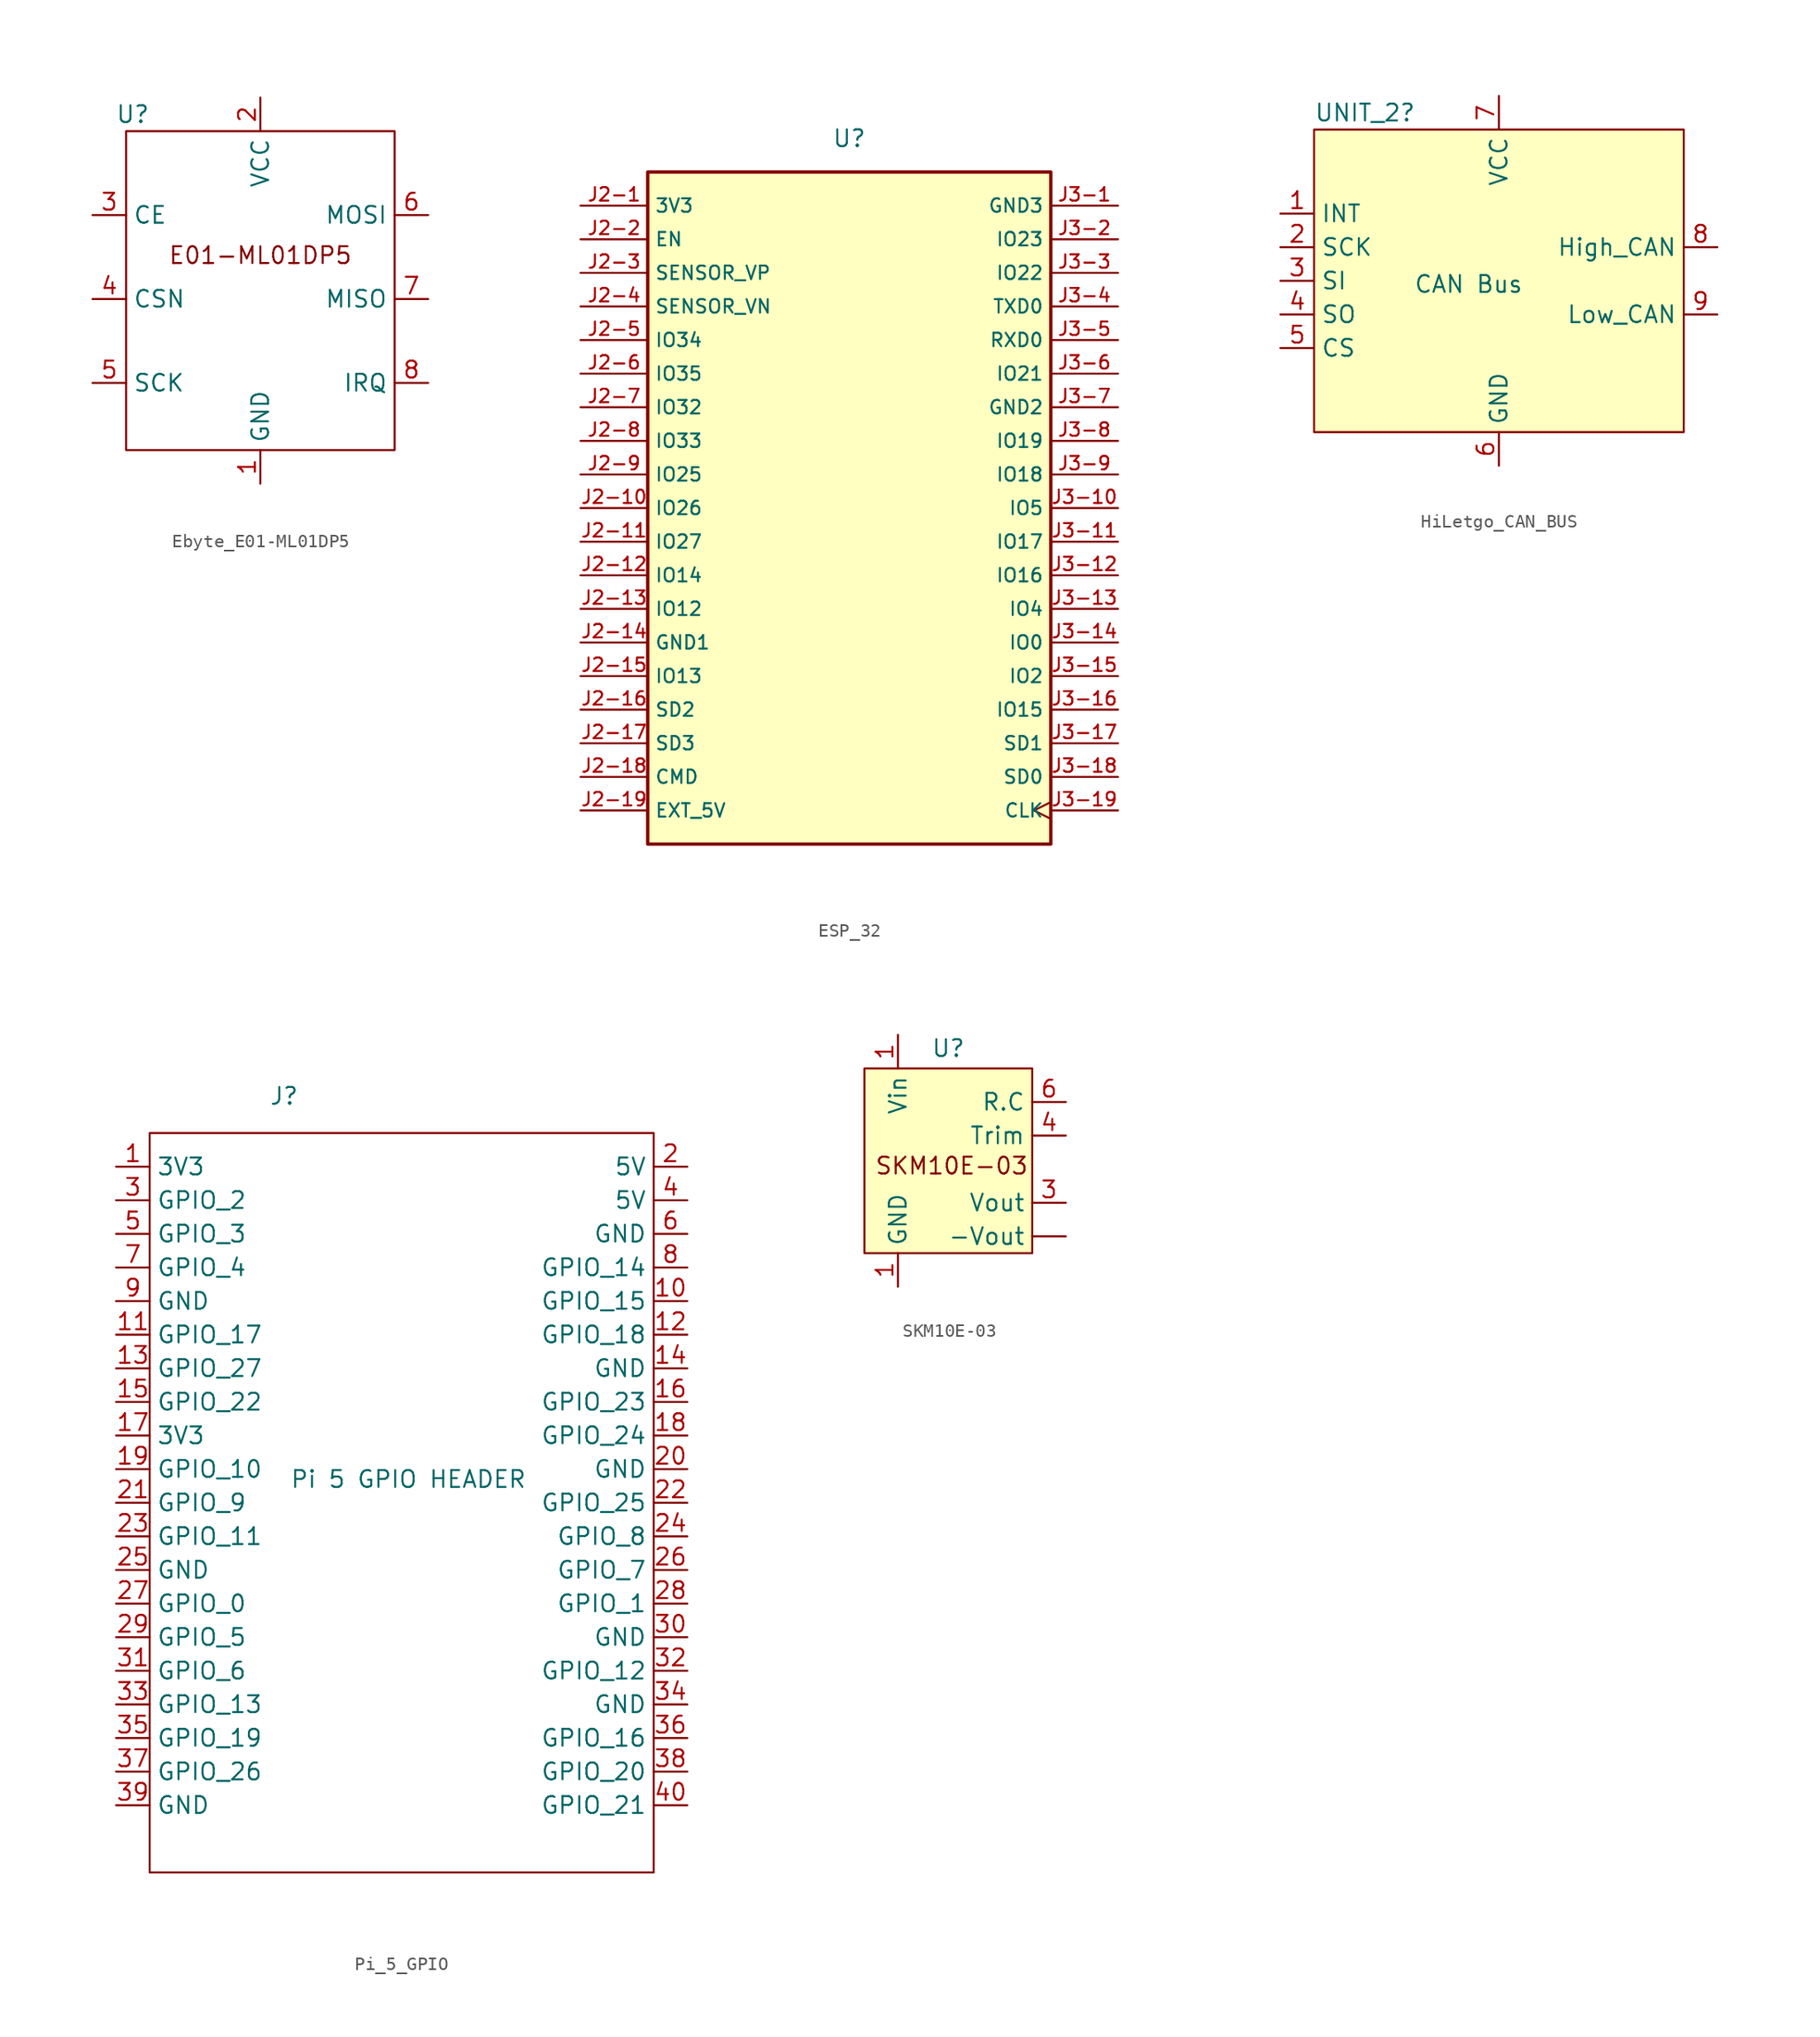
<source format=kicad_sym>
(kicad_symbol_lib
  (version 20231120)
  (generator "kicad_symbol_editor")
  (generator_version "8.0")
  (symbol "Ebyte_E01-ML01DP5"
    (property "Reference" "U"
      (at -9.652 1.27 0)
      (effects (font (size 1.27 1.27))))
    (property "Value" ""
      (at -6.35 1.27 0)
      (effects (font (size 1.27 1.27))))
    (symbol "Ebyte_E01-ML01DP5_0_1"
      (rectangle (start -10.16 0) (end 10.16 -24.13) (stroke (width 0) (type default)) (fill (type none))))
    (symbol "Ebyte_E01-ML01DP5_1_1"
      (text "E01-ML01DP5" (at 0 -9.398 0) (effects (font (size 1.27 1.27))))
      (pin input line (at 0 -26.67 90) (length 2.54) (name "GND" (effects (font (size 1.27 1.27)))) (number "1" (effects (font (size 1.27 1.27)))))
      (pin input line (at 0 2.54 270) (length 2.54) (name "VCC" (effects (font (size 1.27 1.27)))) (number "2" (effects (font (size 1.27 1.27)))))
      (pin bidirectional line (at -12.7 -6.35 0) (length 2.54) (name "CE" (effects (font (size 1.27 1.27)))) (number "3" (effects (font (size 1.27 1.27)))))
      (pin bidirectional line (at -12.7 -12.7 0) (length 2.54) (name "CSN" (effects (font (size 1.27 1.27)))) (number "4" (effects (font (size 1.27 1.27)))))
      (pin bidirectional line (at -12.7 -19.05 0) (length 2.54) (name "SCK" (effects (font (size 1.27 1.27)))) (number "5" (effects (font (size 1.27 1.27)))))
      (pin bidirectional line (at 12.7 -6.35 180) (length 2.54) (name "MOSI" (effects (font (size 1.27 1.27)))) (number "6" (effects (font (size 1.27 1.27)))))
      (pin bidirectional line (at 12.7 -12.7 180) (length 2.54) (name "MISO" (effects (font (size 1.27 1.27)))) (number "7" (effects (font (size 1.27 1.27)))))
      (pin bidirectional line (at 12.7 -19.05 180) (length 2.54) (name "IRQ" (effects (font (size 1.27 1.27)))) (number "8" (effects (font (size 1.27 1.27)))))))
  (symbol "ESP_32"
    (property "Reference" "U"
      (at 0 0 0)
      (effects (font (size 1.27 1.27))))
    (property "Value" ""
      (at 0 0 0)
      (effects (font (size 1.27 1.27))))
    (symbol "ESP_32_0_0"
      (rectangle (start -15.24 -2.54) (end 15.24 -53.34) (stroke (width 0.254) (type default)) (fill (type background)))
      (pin power_in line (at -20.32 -5.08 0) (length 5.08) (name "3V3" (effects (font (size 1.016 1.016)))) (number "J2-1" (effects (font (size 1.016 1.016)))))
      (pin bidirectional line (at -20.32 -27.94 0) (length 5.08) (name "IO26" (effects (font (size 1.016 1.016)))) (number "J2-10" (effects (font (size 1.016 1.016)))))
      (pin bidirectional line (at -20.32 -30.48 0) (length 5.08) (name "IO27" (effects (font (size 1.016 1.016)))) (number "J2-11" (effects (font (size 1.016 1.016)))))
      (pin bidirectional line (at -20.32 -33.02 0) (length 5.08) (name "IO14" (effects (font (size 1.016 1.016)))) (number "J2-12" (effects (font (size 1.016 1.016)))))
      (pin bidirectional line (at -20.32 -35.56 0) (length 5.08) (name "IO12" (effects (font (size 1.016 1.016)))) (number "J2-13" (effects (font (size 1.016 1.016)))))
      (pin power_in line (at -20.32 -38.1 0) (length 5.08) (name "GND1" (effects (font (size 1.016 1.016)))) (number "J2-14" (effects (font (size 1.016 1.016)))))
      (pin bidirectional line (at -20.32 -40.64 0) (length 5.08) (name "IO13" (effects (font (size 1.016 1.016)))) (number "J2-15" (effects (font (size 1.016 1.016)))))
      (pin bidirectional line (at -20.32 -43.18 0) (length 5.08) (name "SD2" (effects (font (size 1.016 1.016)))) (number "J2-16" (effects (font (size 1.016 1.016)))))
      (pin bidirectional line (at -20.32 -45.72 0) (length 5.08) (name "SD3" (effects (font (size 1.016 1.016)))) (number "J2-17" (effects (font (size 1.016 1.016)))))
      (pin bidirectional line (at -20.32 -48.26 0) (length 5.08) (name "CMD" (effects (font (size 1.016 1.016)))) (number "J2-18" (effects (font (size 1.016 1.016)))))
      (pin power_in line (at -20.32 -50.8 0) (length 5.08) (name "EXT_5V" (effects (font (size 1.016 1.016)))) (number "J2-19" (effects (font (size 1.016 1.016)))))
      (pin input line (at -20.32 -7.62 0) (length 5.08) (name "EN" (effects (font (size 1.016 1.016)))) (number "J2-2" (effects (font (size 1.016 1.016)))))
      (pin input line (at -20.32 -10.16 0) (length 5.08) (name "SENSOR_VP" (effects (font (size 1.016 1.016)))) (number "J2-3" (effects (font (size 1.016 1.016)))))
      (pin input line (at -20.32 -12.7 0) (length 5.08) (name "SENSOR_VN" (effects (font (size 1.016 1.016)))) (number "J2-4" (effects (font (size 1.016 1.016)))))
      (pin bidirectional line (at -20.32 -15.24 0) (length 5.08) (name "IO34" (effects (font (size 1.016 1.016)))) (number "J2-5" (effects (font (size 1.016 1.016)))))
      (pin bidirectional line (at -20.32 -17.78 0) (length 5.08) (name "IO35" (effects (font (size 1.016 1.016)))) (number "J2-6" (effects (font (size 1.016 1.016)))))
      (pin bidirectional line (at -20.32 -20.32 0) (length 5.08) (name "IO32" (effects (font (size 1.016 1.016)))) (number "J2-7" (effects (font (size 1.016 1.016)))))
      (pin bidirectional line (at -20.32 -22.86 0) (length 5.08) (name "IO33" (effects (font (size 1.016 1.016)))) (number "J2-8" (effects (font (size 1.016 1.016)))))
      (pin bidirectional line (at -20.32 -25.4 0) (length 5.08) (name "IO25" (effects (font (size 1.016 1.016)))) (number "J2-9" (effects (font (size 1.016 1.016)))))
      (pin power_in line (at 20.32 -5.08 180) (length 5.08) (name "GND3" (effects (font (size 1.016 1.016)))) (number "J3-1" (effects (font (size 1.016 1.016)))))
      (pin bidirectional line (at 20.32 -27.94 180) (length 5.08) (name "IO5" (effects (font (size 1.016 1.016)))) (number "J3-10" (effects (font (size 1.016 1.016)))))
      (pin bidirectional line (at 20.32 -30.48 180) (length 5.08) (name "IO17" (effects (font (size 1.016 1.016)))) (number "J3-11" (effects (font (size 1.016 1.016)))))
      (pin bidirectional line (at 20.32 -33.02 180) (length 5.08) (name "IO16" (effects (font (size 1.016 1.016)))) (number "J3-12" (effects (font (size 1.016 1.016)))))
      (pin bidirectional line (at 20.32 -35.56 180) (length 5.08) (name "IO4" (effects (font (size 1.016 1.016)))) (number "J3-13" (effects (font (size 1.016 1.016)))))
      (pin bidirectional line (at 20.32 -38.1 180) (length 5.08) (name "IO0" (effects (font (size 1.016 1.016)))) (number "J3-14" (effects (font (size 1.016 1.016)))))
      (pin bidirectional line (at 20.32 -40.64 180) (length 5.08) (name "IO2" (effects (font (size 1.016 1.016)))) (number "J3-15" (effects (font (size 1.016 1.016)))))
      (pin bidirectional line (at 20.32 -43.18 180) (length 5.08) (name "IO15" (effects (font (size 1.016 1.016)))) (number "J3-16" (effects (font (size 1.016 1.016)))))
      (pin bidirectional line (at 20.32 -45.72 180) (length 5.08) (name "SD1" (effects (font (size 1.016 1.016)))) (number "J3-17" (effects (font (size 1.016 1.016)))))
      (pin bidirectional line (at 20.32 -48.26 180) (length 5.08) (name "SD0" (effects (font (size 1.016 1.016)))) (number "J3-18" (effects (font (size 1.016 1.016)))))
      (pin input clock (at 20.32 -50.8 180) (length 5.08) (name "CLK" (effects (font (size 1.016 1.016)))) (number "J3-19" (effects (font (size 1.016 1.016)))))
      (pin bidirectional line (at 20.32 -7.62 180) (length 5.08) (name "IO23" (effects (font (size 1.016 1.016)))) (number "J3-2" (effects (font (size 1.016 1.016)))))
      (pin bidirectional line (at 20.32 -10.16 180) (length 5.08) (name "IO22" (effects (font (size 1.016 1.016)))) (number "J3-3" (effects (font (size 1.016 1.016)))))
      (pin output line (at 20.32 -12.7 180) (length 5.08) (name "TXD0" (effects (font (size 1.016 1.016)))) (number "J3-4" (effects (font (size 1.016 1.016)))))
      (pin input line (at 20.32 -15.24 180) (length 5.08) (name "RXD0" (effects (font (size 1.016 1.016)))) (number "J3-5" (effects (font (size 1.016 1.016)))))
      (pin bidirectional line (at 20.32 -17.78 180) (length 5.08) (name "IO21" (effects (font (size 1.016 1.016)))) (number "J3-6" (effects (font (size 1.016 1.016)))))
      (pin power_in line (at 20.32 -20.32 180) (length 5.08) (name "GND2" (effects (font (size 1.016 1.016)))) (number "J3-7" (effects (font (size 1.016 1.016)))))
      (pin bidirectional line (at 20.32 -22.86 180) (length 5.08) (name "IO19" (effects (font (size 1.016 1.016)))) (number "J3-8" (effects (font (size 1.016 1.016)))))
      (pin bidirectional line (at 20.32 -25.4 180) (length 5.08) (name "IO18" (effects (font (size 1.016 1.016)))) (number "J3-9" (effects (font (size 1.016 1.016)))))))
  (symbol "HiLetgo_CAN_BUS"
    (property "Reference" "UNIT_2"
      (at -13.97 12.7 0)
      (effects (font (size 1.27 1.27)) (justify left)))
    (property "Value" "CAN Bus"
      (at -2.286 -0.254 0)
      (effects (font (size 1.27 1.27))))
    (symbol "HiLetgo_CAN_BUS_1_1"
      (rectangle (start -13.97 11.43) (end 13.97 -11.43) (stroke (width 0) (type default)) (fill (type background)))
      (pin input line (at -16.51 5.08 0) (length 2.54) (name "INT" (effects (font (size 1.27 1.27)))) (number "1" (effects (font (size 1.27 1.27)))))
      (pin input line (at -16.51 2.54 0) (length 2.54) (name "SCK" (effects (font (size 1.27 1.27)))) (number "2" (effects (font (size 1.27 1.27)))))
      (pin input line (at -16.51 0 0) (length 2.54) (name "SI" (effects (font (size 1.27 1.27)))) (number "3" (effects (font (size 1.27 1.27)))))
      (pin input line (at -16.51 -2.54 0) (length 2.54) (name "SO" (effects (font (size 1.27 1.27)))) (number "4" (effects (font (size 1.27 1.27)))))
      (pin input line (at -16.51 -5.08 0) (length 2.54) (name "CS" (effects (font (size 1.27 1.27)))) (number "5" (effects (font (size 1.27 1.27)))))
      (pin input line (at 0 -13.97 90) (length 2.54) (name "GND" (effects (font (size 1.27 1.27)))) (number "6" (effects (font (size 1.27 1.27)))))
      (pin input line (at 0 13.97 270) (length 2.54) (name "VCC" (effects (font (size 1.27 1.27)))) (number "7" (effects (font (size 1.27 1.27)))))
      (pin input line (at 16.51 2.54 180) (length 2.54) (name "High_CAN" (effects (font (size 1.27 1.27)))) (number "8" (effects (font (size 1.27 1.27)))))
      (pin input line (at 16.51 -2.54 180) (length 2.54) (name "Low_CAN" (effects (font (size 1.27 1.27)))) (number "9" (effects (font (size 1.27 1.27)))))))
  (symbol "Pi_5_GPIO"
    (property "Reference" "J"
      (at 0 1.524 0)
      (effects (font (size 1.27 1.27))))
    (property "Value" "Pi 5 GPIO HEADER"
      (at 9.398 -27.432 0)
      (effects (font (size 1.27 1.27))))
    (symbol "Pi_5_GPIO_0_1"
      (rectangle (start -10.16 -1.27) (end 27.94 -57.15) (stroke (width 0) (type default)) (fill (type none))))
    (symbol "Pi_5_GPIO_1_1"
      (pin input line (at -12.7 -3.81 0) (length 2.54) (name "3V3" (effects (font (size 1.27 1.27)))) (number "1" (effects (font (size 1.27 1.27)))))
      (pin bidirectional line (at 30.48 -13.97 180) (length 2.54) (name "GPIO_15" (effects (font (size 1.27 1.27)))) (number "10" (effects (font (size 1.27 1.27)))))
      (pin bidirectional line (at -12.7 -16.51 0) (length 2.54) (name "GPIO_17" (effects (font (size 1.27 1.27)))) (number "11" (effects (font (size 1.27 1.27)))))
      (pin bidirectional line (at 30.48 -16.51 180) (length 2.54) (name "GPIO_18" (effects (font (size 1.27 1.27)))) (number "12" (effects (font (size 1.27 1.27)))))
      (pin bidirectional line (at -12.7 -19.05 0) (length 2.54) (name "GPIO_27" (effects (font (size 1.27 1.27)))) (number "13" (effects (font (size 1.27 1.27)))))
      (pin input line (at 30.48 -19.05 180) (length 2.54) (name "GND" (effects (font (size 1.27 1.27)))) (number "14" (effects (font (size 1.27 1.27)))))
      (pin bidirectional line (at -12.7 -21.59 0) (length 2.54) (name "GPIO_22" (effects (font (size 1.27 1.27)))) (number "15" (effects (font (size 1.27 1.27)))))
      (pin bidirectional line (at 30.48 -21.59 180) (length 2.54) (name "GPIO_23" (effects (font (size 1.27 1.27)))) (number "16" (effects (font (size 1.27 1.27)))))
      (pin input line (at -12.7 -24.13 0) (length 2.54) (name "3V3" (effects (font (size 1.27 1.27)))) (number "17" (effects (font (size 1.27 1.27)))))
      (pin bidirectional line (at 30.48 -24.13 180) (length 2.54) (name "GPIO_24" (effects (font (size 1.27 1.27)))) (number "18" (effects (font (size 1.27 1.27)))))
      (pin bidirectional line (at -12.7 -26.67 0) (length 2.54) (name "GPIO_10" (effects (font (size 1.27 1.27)))) (number "19" (effects (font (size 1.27 1.27)))))
      (pin input line (at 30.48 -3.81 180) (length 2.54) (name "5V" (effects (font (size 1.27 1.27)))) (number "2" (effects (font (size 1.27 1.27)))))
      (pin input line (at 30.48 -26.67 180) (length 2.54) (name "GND" (effects (font (size 1.27 1.27)))) (number "20" (effects (font (size 1.27 1.27)))))
      (pin bidirectional line (at -12.7 -29.21 0) (length 2.54) (name "GPIO_9" (effects (font (size 1.27 1.27)))) (number "21" (effects (font (size 1.27 1.27)))))
      (pin bidirectional line (at 30.48 -29.21 180) (length 2.54) (name "GPIO_25" (effects (font (size 1.27 1.27)))) (number "22" (effects (font (size 1.27 1.27)))))
      (pin bidirectional line (at -12.7 -31.75 0) (length 2.54) (name "GPIO_11" (effects (font (size 1.27 1.27)))) (number "23" (effects (font (size 1.27 1.27)))))
      (pin bidirectional line (at 30.48 -31.75 180) (length 2.54) (name "GPIO_8" (effects (font (size 1.27 1.27)))) (number "24" (effects (font (size 1.27 1.27)))))
      (pin input line (at -12.7 -34.29 0) (length 2.54) (name "GND" (effects (font (size 1.27 1.27)))) (number "25" (effects (font (size 1.27 1.27)))))
      (pin bidirectional line (at 30.48 -34.29 180) (length 2.54) (name "GPIO_7" (effects (font (size 1.27 1.27)))) (number "26" (effects (font (size 1.27 1.27)))))
      (pin bidirectional line (at -12.7 -36.83 0) (length 2.54) (name "GPIO_0" (effects (font (size 1.27 1.27)))) (number "27" (effects (font (size 1.27 1.27)))))
      (pin bidirectional line (at 30.48 -36.83 180) (length 2.54) (name "GPIO_1" (effects (font (size 1.27 1.27)))) (number "28" (effects (font (size 1.27 1.27)))))
      (pin bidirectional line (at -12.7 -39.37 0) (length 2.54) (name "GPIO_5" (effects (font (size 1.27 1.27)))) (number "29" (effects (font (size 1.27 1.27)))))
      (pin bidirectional line (at -12.7 -6.35 0) (length 2.54) (name "GPIO_2" (effects (font (size 1.27 1.27)))) (number "3" (effects (font (size 1.27 1.27)))))
      (pin input line (at 30.48 -39.37 180) (length 2.54) (name "GND" (effects (font (size 1.27 1.27)))) (number "30" (effects (font (size 1.27 1.27)))))
      (pin bidirectional line (at -12.7 -41.91 0) (length 2.54) (name "GPIO_6" (effects (font (size 1.27 1.27)))) (number "31" (effects (font (size 1.27 1.27)))))
      (pin bidirectional line (at 30.48 -41.91 180) (length 2.54) (name "GPIO_12" (effects (font (size 1.27 1.27)))) (number "32" (effects (font (size 1.27 1.27)))))
      (pin bidirectional line (at -12.7 -44.45 0) (length 2.54) (name "GPIO_13" (effects (font (size 1.27 1.27)))) (number "33" (effects (font (size 1.27 1.27)))))
      (pin input line (at 30.48 -44.45 180) (length 2.54) (name "GND" (effects (font (size 1.27 1.27)))) (number "34" (effects (font (size 1.27 1.27)))))
      (pin bidirectional line (at -12.7 -46.99 0) (length 2.54) (name "GPIO_19" (effects (font (size 1.27 1.27)))) (number "35" (effects (font (size 1.27 1.27)))))
      (pin bidirectional line (at 30.48 -46.99 180) (length 2.54) (name "GPIO_16" (effects (font (size 1.27 1.27)))) (number "36" (effects (font (size 1.27 1.27)))))
      (pin bidirectional line (at -12.7 -49.53 0) (length 2.54) (name "GPIO_26" (effects (font (size 1.27 1.27)))) (number "37" (effects (font (size 1.27 1.27)))))
      (pin bidirectional line (at 30.48 -49.53 180) (length 2.54) (name "GPIO_20" (effects (font (size 1.27 1.27)))) (number "38" (effects (font (size 1.27 1.27)))))
      (pin input line (at -12.7 -52.07 0) (length 2.54) (name "GND" (effects (font (size 1.27 1.27)))) (number "39" (effects (font (size 1.27 1.27)))))
      (pin input line (at 30.48 -6.35 180) (length 2.54) (name "5V" (effects (font (size 1.27 1.27)))) (number "4" (effects (font (size 1.27 1.27)))))
      (pin bidirectional line (at 30.48 -52.07 180) (length 2.54) (name "GPIO_21" (effects (font (size 1.27 1.27)))) (number "40" (effects (font (size 1.27 1.27)))))
      (pin bidirectional line (at -12.7 -8.89 0) (length 2.54) (name "GPIO_3" (effects (font (size 1.27 1.27)))) (number "5" (effects (font (size 1.27 1.27)))))
      (pin input line (at 30.48 -8.89 180) (length 2.54) (name "GND" (effects (font (size 1.27 1.27)))) (number "6" (effects (font (size 1.27 1.27)))))
      (pin bidirectional line (at -12.7 -11.43 0) (length 2.54) (name "GPIO_4" (effects (font (size 1.27 1.27)))) (number "7" (effects (font (size 1.27 1.27)))))
      (pin bidirectional line (at 30.48 -11.43 180) (length 2.54) (name "GPIO_14" (effects (font (size 1.27 1.27)))) (number "8" (effects (font (size 1.27 1.27)))))
      (pin input line (at -12.7 -13.97 0) (length 2.54) (name "GND" (effects (font (size 1.27 1.27)))) (number "9" (effects (font (size 1.27 1.27)))))))
  (symbol "SKM10E-03"
    (property "Reference" "U"
      (at 0 1.524 0)
      (effects (font (size 1.27 1.27))))
    (property "Value" ""
      (at -8.89 1.27 0)
      (effects (font (size 1.27 1.27))))
    (symbol "SKM10E-03_1_1"
      (rectangle (start -6.35 0) (end 6.35 -13.97) (stroke (width 0) (type default)) (fill (type background)))
      (text "SKM10E-03" (at 0.254 -7.366 0) (effects (font (size 1.27 1.27))))
      (pin output line (at 8.89 -12.7 180) (length 2.54) (name "-Vout" (effects (font (size 1.27 1.27)))) (number "" (effects (font (size 1.27 1.27)))))
      (pin input line (at -3.81 -16.51 90) (length 2.54) (name "GND" (effects (font (size 1.27 1.27)))) (number "1" (effects (font (size 1.27 1.27)))))
      (pin input line (at -3.81 2.54 270) (length 2.54) (name "Vin" (effects (font (size 1.27 1.27)))) (number "1" (effects (font (size 1.27 1.27)))))
      (pin output line (at 8.89 -10.16 180) (length 2.54) (name "Vout" (effects (font (size 1.27 1.27)))) (number "3" (effects (font (size 1.27 1.27)))))
      (pin input line (at 8.89 -5.08 180) (length 2.54) (name "Trim" (effects (font (size 1.27 1.27)))) (number "4" (effects (font (size 1.27 1.27)))))
      (pin input line (at 8.89 -2.54 180) (length 2.54) (name "R.C" (effects (font (size 1.27 1.27)))) (number "6" (effects (font (size 1.27 1.27))))))))
</source>
